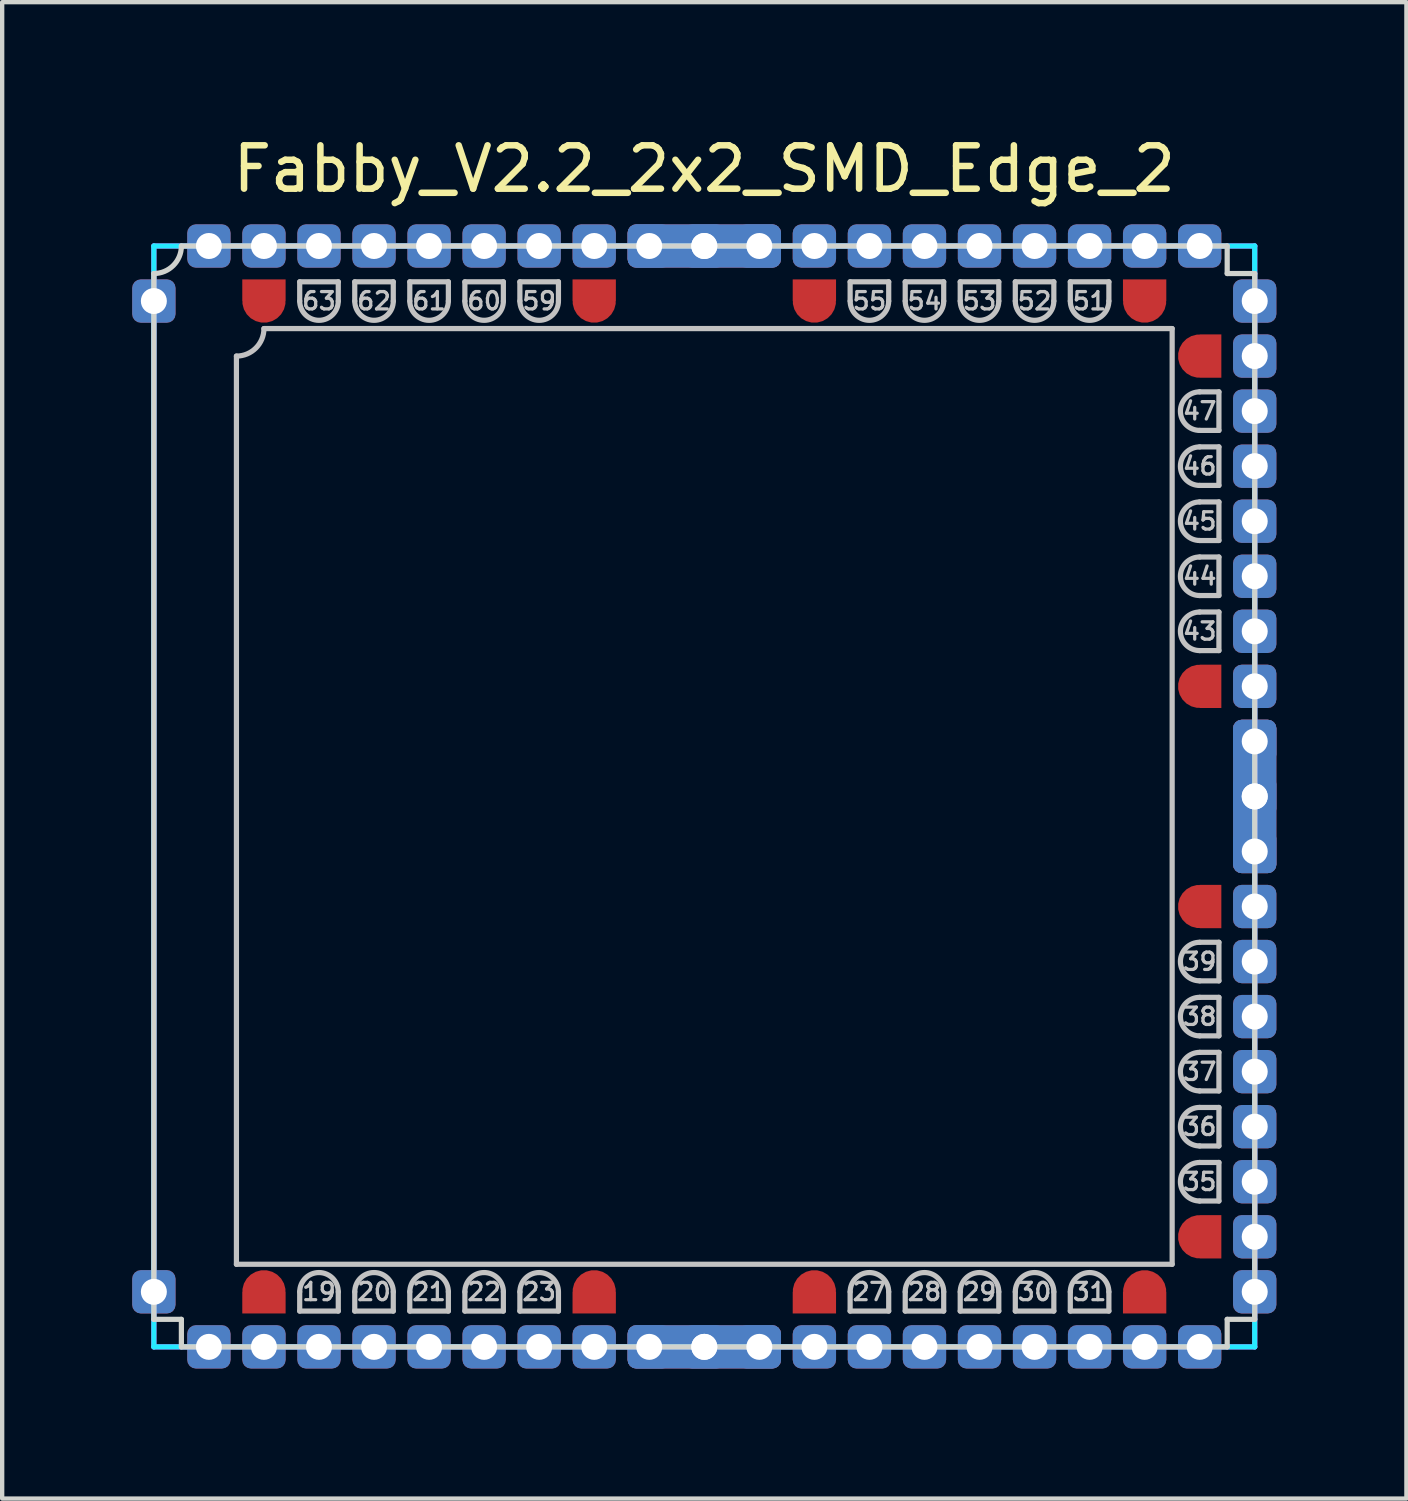
<source format=kicad_pcb>
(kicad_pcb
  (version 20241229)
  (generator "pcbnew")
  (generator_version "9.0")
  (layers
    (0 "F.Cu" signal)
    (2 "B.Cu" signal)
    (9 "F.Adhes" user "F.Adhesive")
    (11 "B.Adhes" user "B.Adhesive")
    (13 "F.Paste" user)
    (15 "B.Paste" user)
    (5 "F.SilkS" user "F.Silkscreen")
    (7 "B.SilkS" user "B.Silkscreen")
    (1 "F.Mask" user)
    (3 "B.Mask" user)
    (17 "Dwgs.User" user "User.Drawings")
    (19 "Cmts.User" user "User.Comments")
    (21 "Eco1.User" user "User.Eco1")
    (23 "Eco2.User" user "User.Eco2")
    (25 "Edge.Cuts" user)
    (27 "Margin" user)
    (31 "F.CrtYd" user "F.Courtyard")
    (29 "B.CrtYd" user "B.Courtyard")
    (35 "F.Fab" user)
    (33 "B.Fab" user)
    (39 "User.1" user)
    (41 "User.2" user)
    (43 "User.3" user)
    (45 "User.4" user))
  (footprint "Fabby_V2.2_2x2_SMD_Edge_2"
    (layer "F.Cu")
    (at 13.2 15.326)
    (property "Reference" "Fabby_V2.2_2x2_SMD_Edge_2" (at 0 -14.478 0) (layer "F.SilkS") (effects (font (size 1 1) (thickness 0.15))))
    (attr through_hole)
    (fp_line (start -10.795 10.795) (end -10.795 -10.16) (stroke (width 0.12) (type solid)) (layer "Dwgs.User"))
    (fp_line (start -10.16 -10.795) (end 10.795 -10.795) (stroke (width 0.12) (type solid)) (layer "Dwgs.User"))
    (fp_line (start -9.335 -11.874) (end -9.335 -11.43) (stroke (width 0.12) (type solid)) (layer "Dwgs.User"))
    (fp_line (start -9.335 11.874) (end -9.335 11.43) (stroke (width 0.12) (type solid)) (layer "Dwgs.User"))
    (fp_line (start -9.335 11.874) (end -8.445 11.874) (stroke (width 0.12) (type solid)) (layer "Dwgs.User"))
    (fp_line (start -8.445 -11.874) (end -9.335 -11.874) (stroke (width 0.12) (type solid)) (layer "Dwgs.User"))
    (fp_line (start -8.445 -11.874) (end -8.445 -11.43) (stroke (width 0.12) (type solid)) (layer "Dwgs.User"))
    (fp_line (start -8.445 11.874) (end -8.445 11.43) (stroke (width 0.12) (type solid)) (layer "Dwgs.User"))
    (fp_line (start -8.065 -11.874) (end -8.065 -11.43) (stroke (width 0.12) (type solid)) (layer "Dwgs.User"))
    (fp_line (start -8.065 11.874) (end -8.065 11.43) (stroke (width 0.12) (type solid)) (layer "Dwgs.User"))
    (fp_line (start -8.065 11.874) (end -7.176 11.874) (stroke (width 0.12) (type solid)) (layer "Dwgs.User"))
    (fp_line (start -7.176 -11.874) (end -8.065 -11.874) (stroke (width 0.12) (type solid)) (layer "Dwgs.User"))
    (fp_line (start -7.176 -11.874) (end -7.176 -11.43) (stroke (width 0.12) (type solid)) (layer "Dwgs.User"))
    (fp_line (start -7.176 11.874) (end -7.176 11.43) (stroke (width 0.12) (type solid)) (layer "Dwgs.User"))
    (fp_line (start -6.795 -11.874) (end -6.795 -11.43) (stroke (width 0.12) (type solid)) (layer "Dwgs.User"))
    (fp_line (start -6.795 11.874) (end -6.795 11.43) (stroke (width 0.12) (type solid)) (layer "Dwgs.User"))
    (fp_line (start -6.795 11.874) (end -5.905 11.874) (stroke (width 0.12) (type solid)) (layer "Dwgs.User"))
    (fp_line (start -5.905 -11.874) (end -6.795 -11.874) (stroke (width 0.12) (type solid)) (layer "Dwgs.User"))
    (fp_line (start -5.905 -11.874) (end -5.905 -11.43) (stroke (width 0.12) (type solid)) (layer "Dwgs.User"))
    (fp_line (start -5.905 11.874) (end -5.905 11.43) (stroke (width 0.12) (type solid)) (layer "Dwgs.User"))
    (fp_line (start -5.524 -11.874) (end -5.524 -11.43) (stroke (width 0.12) (type solid)) (layer "Dwgs.User"))
    (fp_line (start -5.524 11.874) (end -5.524 11.43) (stroke (width 0.12) (type solid)) (layer "Dwgs.User"))
    (fp_line (start -5.524 11.874) (end -4.636 11.874) (stroke (width 0.12) (type solid)) (layer "Dwgs.User"))
    (fp_line (start -4.636 -11.874) (end -5.524 -11.874) (stroke (width 0.12) (type solid)) (layer "Dwgs.User"))
    (fp_line (start -4.636 -11.874) (end -4.636 -11.43) (stroke (width 0.12) (type solid)) (layer "Dwgs.User"))
    (fp_line (start -4.636 11.874) (end -4.636 11.43) (stroke (width 0.12) (type solid)) (layer "Dwgs.User"))
    (fp_line (start -4.255 -11.874) (end -4.255 -11.43) (stroke (width 0.12) (type solid)) (layer "Dwgs.User"))
    (fp_line (start -4.255 11.874) (end -4.255 11.43) (stroke (width 0.12) (type solid)) (layer "Dwgs.User"))
    (fp_line (start -4.255 11.874) (end -3.365 11.874) (stroke (width 0.12) (type solid)) (layer "Dwgs.User"))
    (fp_line (start -3.365 -11.874) (end -4.255 -11.874) (stroke (width 0.12) (type solid)) (layer "Dwgs.User"))
    (fp_line (start -3.365 -11.874) (end -3.365 -11.43) (stroke (width 0.12) (type solid)) (layer "Dwgs.User"))
    (fp_line (start -3.365 11.874) (end -3.365 11.43) (stroke (width 0.12) (type solid)) (layer "Dwgs.User"))
    (fp_line (start 3.365 -11.874) (end 3.365 -11.43) (stroke (width 0.12) (type solid)) (layer "Dwgs.User"))
    (fp_line (start 3.365 11.874) (end 3.365 11.43) (stroke (width 0.12) (type solid)) (layer "Dwgs.User"))
    (fp_line (start 3.365 11.874) (end 4.255 11.874) (stroke (width 0.12) (type solid)) (layer "Dwgs.User"))
    (fp_line (start 4.255 -11.874) (end 3.365 -11.874) (stroke (width 0.12) (type solid)) (layer "Dwgs.User"))
    (fp_line (start 4.255 -11.874) (end 4.255 -11.43) (stroke (width 0.12) (type solid)) (layer "Dwgs.User"))
    (fp_line (start 4.255 11.874) (end 4.255 11.43) (stroke (width 0.12) (type solid)) (layer "Dwgs.User"))
    (fp_line (start 4.636 -11.874) (end 4.636 -11.43) (stroke (width 0.12) (type solid)) (layer "Dwgs.User"))
    (fp_line (start 4.636 11.874) (end 4.636 11.43) (stroke (width 0.12) (type solid)) (layer "Dwgs.User"))
    (fp_line (start 4.636 11.874) (end 5.524 11.874) (stroke (width 0.12) (type solid)) (layer "Dwgs.User"))
    (fp_line (start 5.524 -11.874) (end 4.636 -11.874) (stroke (width 0.12) (type solid)) (layer "Dwgs.User"))
    (fp_line (start 5.524 -11.874) (end 5.524 -11.43) (stroke (width 0.12) (type solid)) (layer "Dwgs.User"))
    (fp_line (start 5.524 11.874) (end 5.524 11.43) (stroke (width 0.12) (type solid)) (layer "Dwgs.User"))
    (fp_line (start 5.905 -11.874) (end 5.905 -11.43) (stroke (width 0.12) (type solid)) (layer "Dwgs.User"))
    (fp_line (start 5.905 11.874) (end 5.905 11.43) (stroke (width 0.12) (type solid)) (layer "Dwgs.User"))
    (fp_line (start 5.905 11.874) (end 6.795 11.874) (stroke (width 0.12) (type solid)) (layer "Dwgs.User"))
    (fp_line (start 6.795 -11.874) (end 5.905 -11.874) (stroke (width 0.12) (type solid)) (layer "Dwgs.User"))
    (fp_line (start 6.795 -11.874) (end 6.795 -11.43) (stroke (width 0.12) (type solid)) (layer "Dwgs.User"))
    (fp_line (start 6.795 11.874) (end 6.795 11.43) (stroke (width 0.12) (type solid)) (layer "Dwgs.User"))
    (fp_line (start 7.176 -11.874) (end 7.176 -11.43) (stroke (width 0.12) (type solid)) (layer "Dwgs.User"))
    (fp_line (start 7.176 11.874) (end 7.176 11.43) (stroke (width 0.12) (type solid)) (layer "Dwgs.User"))
    (fp_line (start 7.176 11.874) (end 8.065 11.874) (stroke (width 0.12) (type solid)) (layer "Dwgs.User"))
    (fp_line (start 8.065 -11.874) (end 7.176 -11.874) (stroke (width 0.12) (type solid)) (layer "Dwgs.User"))
    (fp_line (start 8.065 -11.874) (end 8.065 -11.43) (stroke (width 0.12) (type solid)) (layer "Dwgs.User"))
    (fp_line (start 8.065 11.874) (end 8.065 11.43) (stroke (width 0.12) (type solid)) (layer "Dwgs.User"))
    (fp_line (start 8.445 -11.874) (end 8.445 -11.43) (stroke (width 0.12) (type solid)) (layer "Dwgs.User"))
    (fp_line (start 8.445 11.874) (end 8.445 11.43) (stroke (width 0.12) (type solid)) (layer "Dwgs.User"))
    (fp_line (start 8.445 11.874) (end 9.335 11.874) (stroke (width 0.12) (type solid)) (layer "Dwgs.User"))
    (fp_line (start 9.335 -11.874) (end 8.445 -11.874) (stroke (width 0.12) (type solid)) (layer "Dwgs.User"))
    (fp_line (start 9.335 -11.874) (end 9.335 -11.43) (stroke (width 0.12) (type solid)) (layer "Dwgs.User"))
    (fp_line (start 9.335 11.874) (end 9.335 11.43) (stroke (width 0.12) (type solid)) (layer "Dwgs.User"))
    (fp_line (start 10.795 -10.795) (end 10.795 10.795) (stroke (width 0.12) (type solid)) (layer "Dwgs.User"))
    (fp_line (start 10.795 10.795) (end -10.795 10.795) (stroke (width 0.12) (type solid)) (layer "Dwgs.User"))
    (fp_line (start 11.874 -9.335) (end 11.43 -9.335) (stroke (width 0.12) (type solid)) (layer "Dwgs.User"))
    (fp_line (start 11.874 -8.445) (end 11.43 -8.445) (stroke (width 0.12) (type solid)) (layer "Dwgs.User"))
    (fp_line (start 11.874 -8.445) (end 11.874 -9.335) (stroke (width 0.12) (type solid)) (layer "Dwgs.User"))
    (fp_line (start 11.874 -8.065) (end 11.43 -8.065) (stroke (width 0.12) (type solid)) (layer "Dwgs.User"))
    (fp_line (start 11.874 -7.176) (end 11.43 -7.176) (stroke (width 0.12) (type solid)) (layer "Dwgs.User"))
    (fp_line (start 11.874 -7.176) (end 11.874 -8.065) (stroke (width 0.12) (type solid)) (layer "Dwgs.User"))
    (fp_line (start 11.874 -6.795) (end 11.43 -6.795) (stroke (width 0.12) (type solid)) (layer "Dwgs.User"))
    (fp_line (start 11.874 -5.905) (end 11.43 -5.905) (stroke (width 0.12) (type solid)) (layer "Dwgs.User"))
    (fp_line (start 11.874 -5.905) (end 11.874 -6.795) (stroke (width 0.12) (type solid)) (layer "Dwgs.User"))
    (fp_line (start 11.874 -5.524) (end 11.43 -5.524) (stroke (width 0.12) (type solid)) (layer "Dwgs.User"))
    (fp_line (start 11.874 -4.636) (end 11.43 -4.636) (stroke (width 0.12) (type solid)) (layer "Dwgs.User"))
    (fp_line (start 11.874 -4.636) (end 11.874 -5.524) (stroke (width 0.12) (type solid)) (layer "Dwgs.User"))
    (fp_line (start 11.874 -4.255) (end 11.43 -4.255) (stroke (width 0.12) (type solid)) (layer "Dwgs.User"))
    (fp_line (start 11.874 -3.365) (end 11.43 -3.365) (stroke (width 0.12) (type solid)) (layer "Dwgs.User"))
    (fp_line (start 11.874 -3.365) (end 11.874 -4.255) (stroke (width 0.12) (type solid)) (layer "Dwgs.User"))
    (fp_line (start 11.874 3.365) (end 11.43 3.365) (stroke (width 0.12) (type solid)) (layer "Dwgs.User"))
    (fp_line (start 11.874 4.255) (end 11.43 4.255) (stroke (width 0.12) (type solid)) (layer "Dwgs.User"))
    (fp_line (start 11.874 4.255) (end 11.874 3.365) (stroke (width 0.12) (type solid)) (layer "Dwgs.User"))
    (fp_line (start 11.874 4.636) (end 11.43 4.636) (stroke (width 0.12) (type solid)) (layer "Dwgs.User"))
    (fp_line (start 11.874 5.524) (end 11.43 5.524) (stroke (width 0.12) (type solid)) (layer "Dwgs.User"))
    (fp_line (start 11.874 5.524) (end 11.874 4.636) (stroke (width 0.12) (type solid)) (layer "Dwgs.User"))
    (fp_line (start 11.874 5.905) (end 11.43 5.905) (stroke (width 0.12) (type solid)) (layer "Dwgs.User"))
    (fp_line (start 11.874 6.795) (end 11.43 6.795) (stroke (width 0.12) (type solid)) (layer "Dwgs.User"))
    (fp_line (start 11.874 6.795) (end 11.874 5.905) (stroke (width 0.12) (type solid)) (layer "Dwgs.User"))
    (fp_line (start 11.874 7.176) (end 11.43 7.176) (stroke (width 0.12) (type solid)) (layer "Dwgs.User"))
    (fp_line (start 11.874 8.065) (end 11.43 8.065) (stroke (width 0.12) (type solid)) (layer "Dwgs.User"))
    (fp_line (start 11.874 8.065) (end 11.874 7.176) (stroke (width 0.12) (type solid)) (layer "Dwgs.User"))
    (fp_line (start 11.874 8.445) (end 11.43 8.445) (stroke (width 0.12) (type solid)) (layer "Dwgs.User"))
    (fp_line (start 11.874 9.335) (end 11.43 9.335) (stroke (width 0.12) (type solid)) (layer "Dwgs.User"))
    (fp_line (start 11.874 9.335) (end 11.874 8.445) (stroke (width 0.12) (type solid)) (layer "Dwgs.User"))
    (fp_arc (start -10.16 -10.795) (mid -10.345987 -10.345987) (end -10.795 -10.16) (stroke (width 0.12) (type solid)) (layer "Dwgs.User"))
    (fp_arc (start -9.3345 11.43) (mid -8.89 10.9855) (end -8.4455 11.43) (stroke (width 0.12) (type solid)) (layer "Dwgs.User"))
    (fp_arc (start -8.4455 -11.43) (mid -8.89 -10.9855) (end -9.3345 -11.43) (stroke (width 0.12) (type solid)) (layer "Dwgs.User"))
    (fp_arc (start -8.0645 11.43) (mid -7.62 10.9855) (end -7.1755 11.43) (stroke (width 0.12) (type solid)) (layer "Dwgs.User"))
    (fp_arc (start -7.1755 -11.43) (mid -7.62 -10.9855) (end -8.0645 -11.43) (stroke (width 0.12) (type solid)) (layer "Dwgs.User"))
    (fp_arc (start -6.7945 11.43) (mid -6.35 10.9855) (end -5.9055 11.43) (stroke (width 0.12) (type solid)) (layer "Dwgs.User"))
    (fp_arc (start -5.9055 -11.43) (mid -6.35 -10.9855) (end -6.7945 -11.43) (stroke (width 0.12) (type solid)) (layer "Dwgs.User"))
    (fp_arc (start -5.5245 11.43) (mid -5.08 10.9855) (end -4.6355 11.43) (stroke (width 0.12) (type solid)) (layer "Dwgs.User"))
    (fp_arc (start -4.6355 -11.43) (mid -5.08 -10.9855) (end -5.5245 -11.43) (stroke (width 0.12) (type solid)) (layer "Dwgs.User"))
    (fp_arc (start -4.2545 11.43) (mid -3.81 10.9855) (end -3.3655 11.43) (stroke (width 0.12) (type solid)) (layer "Dwgs.User"))
    (fp_arc (start -3.3655 -11.43) (mid -3.81 -10.9855) (end -4.2545 -11.43) (stroke (width 0.12) (type solid)) (layer "Dwgs.User"))
    (fp_arc (start 3.3655 11.43) (mid 3.81 10.9855) (end 4.2545 11.43) (stroke (width 0.12) (type solid)) (layer "Dwgs.User"))
    (fp_arc (start 4.2545 -11.43) (mid 3.81 -10.9855) (end 3.3655 -11.43) (stroke (width 0.12) (type solid)) (layer "Dwgs.User"))
    (fp_arc (start 4.6355 11.43) (mid 5.08 10.9855) (end 5.5245 11.43) (stroke (width 0.12) (type solid)) (layer "Dwgs.User"))
    (fp_arc (start 5.5245 -11.43) (mid 5.08 -10.9855) (end 4.6355 -11.43) (stroke (width 0.12) (type solid)) (layer "Dwgs.User"))
    (fp_arc (start 5.9055 11.43) (mid 6.35 10.9855) (end 6.7945 11.43) (stroke (width 0.12) (type solid)) (layer "Dwgs.User"))
    (fp_arc (start 6.7945 -11.43) (mid 6.35 -10.9855) (end 5.9055 -11.43) (stroke (width 0.12) (type solid)) (layer "Dwgs.User"))
    (fp_arc (start 7.1755 11.43) (mid 7.62 10.9855) (end 8.0645 11.43) (stroke (width 0.12) (type solid)) (layer "Dwgs.User"))
    (fp_arc (start 8.0645 -11.43) (mid 7.62 -10.9855) (end 7.1755 -11.43) (stroke (width 0.12) (type solid)) (layer "Dwgs.User"))
    (fp_arc (start 8.4455 11.43) (mid 8.89 10.9855) (end 9.3345 11.43) (stroke (width 0.12) (type solid)) (layer "Dwgs.User"))
    (fp_arc (start 9.3345 -11.43) (mid 8.89 -10.9855) (end 8.4455 -11.43) (stroke (width 0.12) (type solid)) (layer "Dwgs.User"))
    (fp_arc (start 11.43 -8.4455) (mid 10.9855 -8.89) (end 11.43 -9.3345) (stroke (width 0.12) (type solid)) (layer "Dwgs.User"))
    (fp_arc (start 11.43 -7.1755) (mid 10.9855 -7.62) (end 11.43 -8.0645) (stroke (width 0.12) (type solid)) (layer "Dwgs.User"))
    (fp_arc (start 11.43 -5.9055) (mid 10.9855 -6.35) (end 11.43 -6.7945) (stroke (width 0.12) (type solid)) (layer "Dwgs.User"))
    (fp_arc (start 11.43 -4.6355) (mid 10.9855 -5.08) (end 11.43 -5.5245) (stroke (width 0.12) (type solid)) (layer "Dwgs.User"))
    (fp_arc (start 11.43 -3.3655) (mid 10.9855 -3.81) (end 11.43 -4.2545) (stroke (width 0.12) (type solid)) (layer "Dwgs.User"))
    (fp_arc (start 11.43 4.2545) (mid 10.9855 3.81) (end 11.43 3.3655) (stroke (width 0.12) (type solid)) (layer "Dwgs.User"))
    (fp_arc (start 11.43 5.5245) (mid 10.9855 5.08) (end 11.43 4.6355) (stroke (width 0.12) (type solid)) (layer "Dwgs.User"))
    (fp_arc (start 11.43 6.7945) (mid 10.9855 6.35) (end 11.43 5.9055) (stroke (width 0.12) (type solid)) (layer "Dwgs.User"))
    (fp_arc (start 11.43 8.0645) (mid 10.9855 7.62) (end 11.43 7.1755) (stroke (width 0.12) (type solid)) (layer "Dwgs.User"))
    (fp_arc (start 11.43 9.3345) (mid 10.9855 8.89) (end 11.43 8.4455) (stroke (width 0.12) (type solid)) (layer "Dwgs.User"))
    (fp_line (start -12.7 12.065) (end -12.7 -12.065) (stroke (width 0.12) (type solid)) (layer "Edge.Cuts"))
    (fp_line (start -12.7 12.065) (end -12.065 12.065) (stroke (width 0.12) (type solid)) (layer "Edge.Cuts"))
    (fp_line (start -12.065 -12.7) (end 12.065 -12.7) (stroke (width 0.12) (type solid)) (layer "Edge.Cuts"))
    (fp_line (start -12.065 12.065) (end -12.065 12.7) (stroke (width 0.12) (type solid)) (layer "Edge.Cuts"))
    (fp_line (start -12.065 12.7) (end 12.065 12.7) (stroke (width 0.12) (type solid)) (layer "Edge.Cuts"))
    (fp_line (start 12.065 -12.7) (end 12.065 -12.065) (stroke (width 0.12) (type solid)) (layer "Edge.Cuts"))
    (fp_line (start 12.065 -12.065) (end 12.7 -12.065) (stroke (width 0.12) (type solid)) (layer "Edge.Cuts"))
    (fp_line (start 12.065 12.065) (end 12.7 12.065) (stroke (width 0.12) (type solid)) (layer "Edge.Cuts"))
    (fp_line (start 12.065 12.7) (end 12.065 12.065) (stroke (width 0.12) (type solid)) (layer "Edge.Cuts"))
    (fp_line (start 12.7 -12.065) (end 12.7 12.065) (stroke (width 0.12) (type solid)) (layer "Edge.Cuts"))
    (fp_arc (start -12.065 -12.7) (mid -12.250987 -12.250987) (end -12.7 -12.065) (stroke (width 0.12) (type solid)) (layer "Edge.Cuts"))
    (fp_line (start -12.7 -12.7) (end 12.7 -12.7) (stroke (width 0.12) (type solid)) (layer "B.CrtYd"))
    (fp_line (start -12.7 12.7) (end -12.7 -12.7) (stroke (width 0.12) (type solid)) (layer "B.CrtYd"))
    (fp_line (start 12.7 -12.7) (end 12.7 12.7) (stroke (width 0.12) (type solid)) (layer "B.CrtYd"))
    (fp_line (start 12.7 12.7) (end -12.7 12.7) (stroke (width 0.12) (type solid)) (layer "B.CrtYd"))
    (fp_line (start -12.7 -12.7) (end 12.7 -12.7) (stroke (width 0.12) (type solid)) (layer "F.CrtYd"))
    (fp_line (start -12.7 12.7) (end -12.7 -12.7) (stroke (width 0.12) (type solid)) (layer "F.CrtYd"))
    (fp_line (start 12.7 -12.7) (end 12.7 12.7) (stroke (width 0.12) (type solid)) (layer "F.CrtYd"))
    (fp_line (start 12.7 12.7) (end -12.7 12.7) (stroke (width 0.12) (type solid)) (layer "F.CrtYd"))
    (fp_text user "59" (at -3.81 -11.43 0) (layer "Dwgs.User") (effects (font (size 0.4 0.4) (thickness 0.075))))
    (fp_text user "29" (at 6.35 11.43 0) (layer "Dwgs.User") (effects (font (size 0.4 0.4) (thickness 0.075))))
    (fp_text user "53" (at 6.35 -11.43 0) (layer "Dwgs.User") (effects (font (size 0.4 0.4) (thickness 0.075))))
    (fp_text user "60" (at -5.08 -11.43 0) (layer "Dwgs.User") (effects (font (size 0.4 0.4) (thickness 0.075))))
    (fp_text user "28" (at 5.08 11.43 0) (layer "Dwgs.User") (effects (font (size 0.4 0.4) (thickness 0.075))))
    (fp_text user "55" (at 3.81 -11.43 0) (layer "Dwgs.User") (effects (font (size 0.4 0.4) (thickness 0.075))))
    (fp_text user "46" (at 11.43 -7.62 0) (layer "Dwgs.User") (effects (font (size 0.4 0.4) (thickness 0.075))))
    (fp_text user "45" (at 11.43 -6.35 0) (layer "Dwgs.User") (effects (font (size 0.4 0.4) (thickness 0.075))))
    (fp_text user "20" (at -7.62 11.43 0) (layer "Dwgs.User") (effects (font (size 0.4 0.4) (thickness 0.075))))
    (fp_text user "19" (at -8.89 11.43 0) (layer "Dwgs.User") (effects (font (size 0.4 0.4) (thickness 0.075))))
    (fp_text user "37" (at 11.43 6.35 0) (layer "Dwgs.User") (effects (font (size 0.4 0.4) (thickness 0.075))))
    (fp_text user "23" (at -3.81 11.43 0) (layer "Dwgs.User") (effects (font (size 0.4 0.4) (thickness 0.075))))
    (fp_text user "39" (at 11.43 3.81 0) (layer "Dwgs.User") (effects (font (size 0.4 0.4) (thickness 0.075))))
    (fp_text user "27" (at 3.81 11.43 0) (layer "Dwgs.User") (effects (font (size 0.4 0.4) (thickness 0.075))))
    (fp_text user "31" (at 8.89 11.43 0) (layer "Dwgs.User") (effects (font (size 0.4 0.4) (thickness 0.075))))
    (fp_text user "36" (at 11.43 7.62 0) (layer "Dwgs.User") (effects (font (size 0.4 0.4) (thickness 0.075))))
    (fp_text user "21" (at -6.35 11.43 0) (layer "Dwgs.User") (effects (font (size 0.4 0.4) (thickness 0.075))))
    (fp_text user "54" (at 5.08 -11.43 0) (layer "Dwgs.User") (effects (font (size 0.4 0.4) (thickness 0.075))))
    (fp_text user "61" (at -6.35 -11.43 0) (layer "Dwgs.User") (effects (font (size 0.4 0.4) (thickness 0.075))))
    (fp_text user "47" (at 11.43 -8.89 0) (layer "Dwgs.User") (effects (font (size 0.4 0.4) (thickness 0.075))))
    (fp_text user "22" (at -5.08 11.43 0) (layer "Dwgs.User") (effects (font (size 0.4 0.4) (thickness 0.075))))
    (fp_text user "44" (at 11.43 -5.08 0) (layer "Dwgs.User") (effects (font (size 0.4 0.4) (thickness 0.075))))
    (fp_text user "43" (at 11.43 -3.81 0) (layer "Dwgs.User") (effects (font (size 0.4 0.4) (thickness 0.075))))
    (fp_text user "62" (at -7.62 -11.43 0) (layer "Dwgs.User") (effects (font (size 0.4 0.4) (thickness 0.075))))
    (fp_text user "35" (at 11.43 8.89 0) (layer "Dwgs.User") (effects (font (size 0.4 0.4) (thickness 0.075))))
    (fp_text user "38" (at 11.43 5.08 0) (layer "Dwgs.User") (effects (font (size 0.4 0.4) (thickness 0.075))))
    (fp_text user "52" (at 7.62 -11.43 0) (layer "Dwgs.User") (effects (font (size 0.4 0.4) (thickness 0.075))))
    (fp_text user "51" (at 8.89 -11.43 0) (layer "Dwgs.User") (effects (font (size 0.4 0.4) (thickness 0.075))))
    (fp_text user "30" (at 7.62 11.43 0) (layer "Dwgs.User") (effects (font (size 0.4 0.4) (thickness 0.075))))
    (fp_text user "63" (at -8.89 -11.43 0) (layer "Dwgs.User") (effects (font (size 0.4 0.4) (thickness 0.075))))
    (pad "" thru_hole roundrect (at -10.16 -12.7 270) (size 1 1) (drill 0.6) (layers "*.Cu" "*.Mask") (roundrect_rratio 0.2))
    (pad "" thru_hole roundrect (at -10.16 12.7 270) (size 1 1) (drill 0.6) (layers "*.Cu" "*.Mask") (roundrect_rratio 0.2))
    (pad "" thru_hole roundrect (at -2.54 -12.7 270) (size 1 1) (drill 0.6) (layers "*.Cu" "*.Mask") (roundrect_rratio 0.2))
    (pad "" thru_hole roundrect (at -2.54 12.7 270) (size 1 1) (drill 0.6) (layers "*.Cu" "*.Mask") (roundrect_rratio 0.2))
    (pad "" thru_hole roundrect (at 2.54 -12.7 270) (size 1 1) (drill 0.6) (layers "*.Cu" "*.Mask") (roundrect_rratio 0.2))
    (pad "" thru_hole roundrect (at 2.54 12.7 270) (size 1 1) (drill 0.6) (layers "*.Cu" "*.Mask") (roundrect_rratio 0.2))
    (pad "" thru_hole roundrect (at 10.16 -12.7 270) (size 1 1) (drill 0.6) (layers "*.Cu" "*.Mask") (roundrect_rratio 0.2))
    (pad "" thru_hole roundrect (at 10.16 12.7 270) (size 1 1) (drill 0.6) (layers "*.Cu" "*.Mask") (roundrect_rratio 0.2))
    (pad "" thru_hole roundrect (at 12.7 -10.16 270) (size 1 1) (drill 0.6) (layers "*.Cu" "*.Mask") (roundrect_rratio 0.2))
    (pad "" thru_hole roundrect (at 12.7 -2.54 270) (size 1 1) (drill 0.6) (layers "*.Cu" "*.Mask") (roundrect_rratio 0.2))
    (pad "" thru_hole roundrect (at 12.7 2.54 270) (size 1 1) (drill 0.6) (layers "*.Cu" "*.Mask") (roundrect_rratio 0.2))
    (pad "" thru_hole roundrect (at 12.7 10.16 270) (size 1 1) (drill 0.6) (layers "*.Cu" "*.Mask") (roundrect_rratio 0.2))
    (pad "1" thru_hole roundrect (at -12.7 -11.43 270) (size 1 1) (drill 0.6) (layers "*.Cu" "*.Mask") (roundrect_rratio 0.2))
    (pad "1" thru_hole roundrect (at -12.7 11.43 270) (size 1 1) (drill 0.6) (layers "*.Cu" "*.Mask") (roundrect_rratio 0.2))
    (pad "1" thru_hole roundrect (at -11.43 -12.7 180) (size 1 1) (drill 0.6) (layers "*.Cu" "*.Mask") (roundrect_rratio 0.2))
    (pad "1" thru_hole roundrect (at -11.43 12.7) (size 1 1) (drill 0.6) (layers "*.Cu" "*.Mask") (roundrect_rratio 0.2))
    (pad "1" thru_hole roundrect (at -1.27 -12.7) (size 1 1) (drill 0.6) (layers "*.Cu" "*.Mask") (roundrect_rratio 0.2))
    (pad "1" thru_hole roundrect (at -1.27 12.7) (size 1 1) (drill 0.6) (layers "*.Cu" "*.Mask") (roundrect_rratio 0.2))
    (pad "1" thru_hole roundrect (at 0 -12.7 270) (size 1 2.254) (drill 0.6 (offset 0 -0.643)) (layers "*.Cu" "*.Mask") (roundrect_rratio 0.2))
    (pad "1" thru_hole roundrect (at 0 -12.7 90) (size 1 2.254) (drill 0.6 (offset 0 -0.643)) (layers "*.Cu" "*.Mask") (roundrect_rratio 0.2))
    (pad "1" thru_hole roundrect (at 0 12.7 270) (size 1 2.254) (drill 0.6 (offset 0 -0.643)) (layers "*.Cu" "*.Mask") (roundrect_rratio 0.2))
    (pad "1" thru_hole roundrect (at 0 12.7 90) (size 1 2.254) (drill 0.6 (offset 0 -0.643)) (layers "*.Cu" "*.Mask") (roundrect_rratio 0.2))
    (pad "1" thru_hole roundrect (at 1.27 -12.7) (size 1 1) (drill 0.6) (layers "*.Cu" "*.Mask") (roundrect_rratio 0.2))
    (pad "1" thru_hole roundrect (at 1.27 12.7) (size 1 1) (drill 0.6) (layers "*.Cu" "*.Mask") (roundrect_rratio 0.2))
    (pad "1" thru_hole roundrect (at 11.43 -12.7 180) (size 1 1) (drill 0.6) (layers "*.Cu" "*.Mask") (roundrect_rratio 0.2))
    (pad "1" thru_hole roundrect (at 11.43 12.7) (size 1 1) (drill 0.6) (layers "*.Cu" "*.Mask") (roundrect_rratio 0.2))
    (pad "1" thru_hole roundrect (at 12.7 -11.43 90) (size 1 1) (drill 0.6) (layers "*.Cu" "*.Mask") (roundrect_rratio 0.2))
    (pad "1" thru_hole roundrect (at 12.7 -1.27 270) (size 1 1) (drill 0.6) (layers "*.Cu" "*.Mask") (roundrect_rratio 0.2))
    (pad "1" thru_hole roundrect (at 12.7 0) (size 1 2.254) (drill 0.6 (offset 0 -0.643)) (layers "*.Cu" "*.Mask") (roundrect_rratio 0.2))
    (pad "1" thru_hole roundrect (at 12.7 0 180) (size 1 2.254) (drill 0.6 (offset 0 -0.643)) (layers "*.Cu" "*.Mask") (roundrect_rratio 0.2))
    (pad "1" thru_hole roundrect (at 12.7 1.27 270) (size 1 1) (drill 0.6) (layers "*.Cu" "*.Mask") (roundrect_rratio 0.2))
    (pad "1" thru_hole roundrect (at 12.7 11.43 90) (size 1 1) (drill 0.6) (layers "*.Cu" "*.Mask") (roundrect_rratio 0.2))
    (pad "16" smd custom (at -10.16 11.43 90) (size 1 1) (layers "F.Cu" "F.Mask" "F.Paste") (options (anchor circle)) (primitives (gr_poly (pts (xy -0.5 -0.5) (xy 0 -0.5) (xy 0 0.5) (xy -0.5 0.5)) (width 0) (fill yes))))
    (pad "17" thru_hole roundrect (at -8.89 12.7 270) (size 1 1) (drill 0.6) (layers "*.Cu" "*.Mask") (roundrect_rratio 0.2))
    (pad "18" thru_hole roundrect (at -7.62 12.7 270) (size 1 1) (drill 0.6) (layers "*.Cu" "*.Mask") (roundrect_rratio 0.2))
    (pad "19" thru_hole roundrect (at -6.35 12.7 270) (size 1 1) (drill 0.6) (layers "*.Cu" "*.Mask") (roundrect_rratio 0.2))
    (pad "20" thru_hole roundrect (at -5.08 12.7 270) (size 1 1) (drill 0.6) (layers "*.Cu" "*.Mask") (roundrect_rratio 0.2))
    (pad "21" thru_hole roundrect (at -3.81 12.7 270) (size 1 1) (drill 0.6) (layers "*.Cu" "*.Mask") (roundrect_rratio 0.2))
    (pad "22" smd custom (at -2.54 11.43 90) (size 1 1) (layers "F.Cu" "F.Mask" "F.Paste") (options (anchor circle)) (primitives (gr_poly (pts (xy -0.5 -0.5) (xy 0 -0.5) (xy 0 0.5) (xy -0.5 0.5)) (width 0) (fill yes))))
    (pad "23" smd custom (at 2.54 11.43 90) (size 1 1) (layers "F.Cu" "F.Mask" "F.Paste") (options (anchor circle)) (primitives (gr_poly (pts (xy -0.5 -0.5) (xy 0 -0.5) (xy 0 0.5) (xy -0.5 0.5)) (width 0) (fill yes))))
    (pad "24" thru_hole roundrect (at 3.81 12.7 270) (size 1 1) (drill 0.6) (layers "*.Cu" "*.Mask") (roundrect_rratio 0.2))
    (pad "25" thru_hole roundrect (at 5.08 12.7 270) (size 1 1) (drill 0.6) (layers "*.Cu" "*.Mask") (roundrect_rratio 0.2))
    (pad "26" thru_hole roundrect (at 6.35 12.7 270) (size 1 1) (drill 0.6) (layers "*.Cu" "*.Mask") (roundrect_rratio 0.2))
    (pad "27" thru_hole roundrect (at 7.62 12.7 270) (size 1 1) (drill 0.6) (layers "*.Cu" "*.Mask") (roundrect_rratio 0.2))
    (pad "28" thru_hole roundrect (at 8.89 12.7 270) (size 1 1) (drill 0.6) (layers "*.Cu" "*.Mask") (roundrect_rratio 0.2))
    (pad "29" smd custom (at 10.16 11.43 90) (size 1 1) (layers "F.Cu" "F.Mask" "F.Paste") (options (anchor circle)) (primitives (gr_poly (pts (xy -0.5 -0.5) (xy 0 -0.5) (xy 0 0.5) (xy -0.5 0.5)) (width 0) (fill yes))))
    (pad "30" smd custom (at 11.43 10.16 180) (size 1 1) (layers "F.Cu" "F.Mask" "F.Paste") (options (anchor circle)) (primitives (gr_poly (pts (xy -0.5 -0.5) (xy 0 -0.5) (xy 0 0.5) (xy -0.5 0.5)) (width 0) (fill yes))))
    (pad "31" thru_hole roundrect (at 12.7 8.89 270) (size 1 1) (drill 0.6) (layers "*.Cu" "*.Mask") (roundrect_rratio 0.2))
    (pad "32" thru_hole roundrect (at 12.7 7.62 270) (size 1 1) (drill 0.6) (layers "*.Cu" "*.Mask") (roundrect_rratio 0.2))
    (pad "33" thru_hole roundrect (at 12.7 6.35 270) (size 1 1) (drill 0.6) (layers "*.Cu" "*.Mask") (roundrect_rratio 0.2))
    (pad "34" thru_hole roundrect (at 12.7 5.08 270) (size 1 1) (drill 0.6) (layers "*.Cu" "*.Mask") (roundrect_rratio 0.2))
    (pad "35" thru_hole roundrect (at 12.7 3.81 270) (size 1 1) (drill 0.6) (layers "*.Cu" "*.Mask") (roundrect_rratio 0.2))
    (pad "36" smd custom (at 11.43 2.54 180) (size 1 1) (layers "F.Cu" "F.Mask" "F.Paste") (options (anchor circle)) (primitives (gr_poly (pts (xy -0.5 -0.5) (xy 0 -0.5) (xy 0 0.5) (xy -0.5 0.5)) (width 0) (fill yes))))
    (pad "37" smd custom (at 11.43 -2.54 180) (size 1 1) (layers "F.Cu" "F.Mask" "F.Paste") (options (anchor circle)) (primitives (gr_poly (pts (xy -0.5 -0.5) (xy 0 -0.5) (xy 0 0.5) (xy -0.5 0.5)) (width 0) (fill yes))))
    (pad "38" thru_hole roundrect (at 12.7 -3.81 270) (size 1 1) (drill 0.6) (layers "*.Cu" "*.Mask") (roundrect_rratio 0.2))
    (pad "39" thru_hole roundrect (at 12.7 -5.08 270) (size 1 1) (drill 0.6) (layers "*.Cu" "*.Mask") (roundrect_rratio 0.2))
    (pad "40" thru_hole roundrect (at 12.7 -6.35 270) (size 1 1) (drill 0.6) (layers "*.Cu" "*.Mask") (roundrect_rratio 0.2))
    (pad "41" thru_hole roundrect (at 12.7 -7.62 270) (size 1 1) (drill 0.6) (layers "*.Cu" "*.Mask") (roundrect_rratio 0.2))
    (pad "42" thru_hole roundrect (at 12.7 -8.89 270) (size 1 1) (drill 0.6) (layers "*.Cu" "*.Mask") (roundrect_rratio 0.2))
    (pad "43" smd custom (at 11.43 -10.16 180) (size 1 1) (layers "F.Cu" "F.Mask" "F.Paste") (options (anchor circle)) (primitives (gr_poly (pts (xy -0.5 -0.5) (xy 0 -0.5) (xy 0 0.5) (xy -0.5 0.5)) (width 0) (fill yes))))
    (pad "44" smd custom (at 10.16 -11.43 270) (size 1 1) (layers "F.Cu" "F.Mask" "F.Paste") (options (anchor circle)) (primitives (gr_poly (pts (xy -0.5 -0.5) (xy 0 -0.5) (xy 0 0.5) (xy -0.5 0.5)) (width 0) (fill yes))))
    (pad "45" thru_hole roundrect (at 8.89 -12.7 270) (size 1 1) (drill 0.6) (layers "*.Cu" "*.Mask") (roundrect_rratio 0.2))
    (pad "46" thru_hole roundrect (at 7.62 -12.7 270) (size 1 1) (drill 0.6) (layers "*.Cu" "*.Mask") (roundrect_rratio 0.2))
    (pad "47" thru_hole roundrect (at 6.35 -12.7 270) (size 1 1) (drill 0.6) (layers "*.Cu" "*.Mask") (roundrect_rratio 0.2))
    (pad "48" thru_hole roundrect (at 5.08 -12.7 270) (size 1 1) (drill 0.6) (layers "*.Cu" "*.Mask") (roundrect_rratio 0.2))
    (pad "49" thru_hole roundrect (at 3.81 -12.7 270) (size 1 1) (drill 0.6) (layers "*.Cu" "*.Mask") (roundrect_rratio 0.2))
    (pad "50" smd custom (at 2.54 -11.43 270) (size 1 1) (layers "F.Cu" "F.Mask" "F.Paste") (options (anchor circle)) (primitives (gr_poly (pts (xy -0.5 -0.5) (xy 0 -0.5) (xy 0 0.5) (xy -0.5 0.5)) (width 0) (fill yes))))
    (pad "51" smd custom (at -2.54 -11.43 270) (size 1 1) (layers "F.Cu" "F.Mask" "F.Paste") (options (anchor circle)) (primitives (gr_poly (pts (xy -0.5 -0.5) (xy 0 -0.5) (xy 0 0.5) (xy -0.5 0.5)) (width 0) (fill yes))))
    (pad "52" thru_hole roundrect (at -3.81 -12.7 270) (size 1 1) (drill 0.6) (layers "*.Cu" "*.Mask") (roundrect_rratio 0.2))
    (pad "53" thru_hole roundrect (at -5.08 -12.7 270) (size 1 1) (drill 0.6) (layers "*.Cu" "*.Mask") (roundrect_rratio 0.2))
    (pad "54" thru_hole roundrect (at -6.35 -12.7 270) (size 1 1) (drill 0.6) (layers "*.Cu" "*.Mask") (roundrect_rratio 0.2))
    (pad "55" thru_hole roundrect (at -7.62 -12.7 270) (size 1 1) (drill 0.6) (layers "*.Cu" "*.Mask") (roundrect_rratio 0.2))
    (pad "56" thru_hole roundrect (at -8.89 -12.7 270) (size 1 1) (drill 0.6) (layers "*.Cu" "*.Mask") (roundrect_rratio 0.2))
    (pad "57" smd custom (at -10.16 -11.43 270) (size 1 1) (layers "F.Cu" "F.Mask" "F.Paste") (options (anchor circle)) (primitives (gr_poly (pts (xy -0.5 -0.5) (xy 0 -0.5) (xy 0 0.5) (xy -0.5 0.5)) (width 0) (fill yes)))))
  (gr_rect
    (start -3 -3)
    (end 29.4 31.526)
    (stroke (width 0.1) (type default))
    (fill no)
    (layer "Edge.Cuts")))
</source>
